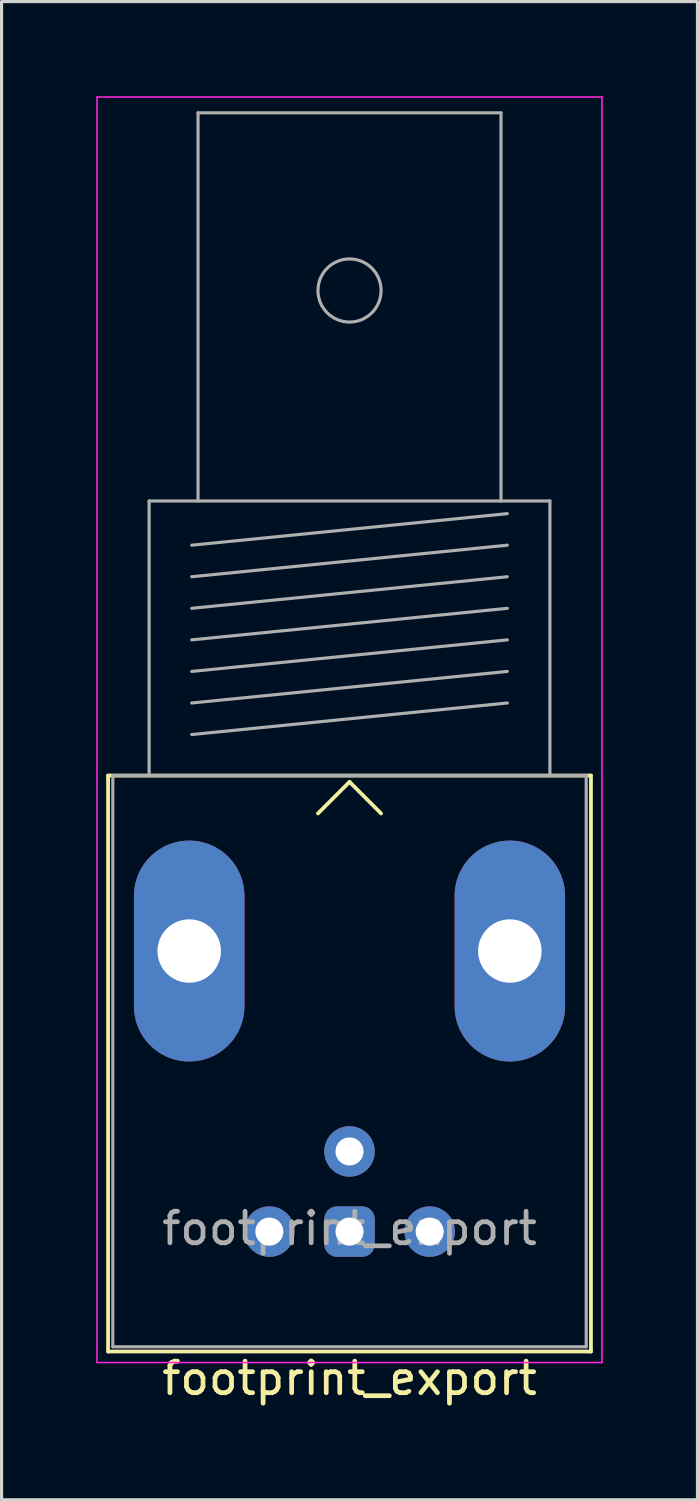
<source format=kicad_pcb>
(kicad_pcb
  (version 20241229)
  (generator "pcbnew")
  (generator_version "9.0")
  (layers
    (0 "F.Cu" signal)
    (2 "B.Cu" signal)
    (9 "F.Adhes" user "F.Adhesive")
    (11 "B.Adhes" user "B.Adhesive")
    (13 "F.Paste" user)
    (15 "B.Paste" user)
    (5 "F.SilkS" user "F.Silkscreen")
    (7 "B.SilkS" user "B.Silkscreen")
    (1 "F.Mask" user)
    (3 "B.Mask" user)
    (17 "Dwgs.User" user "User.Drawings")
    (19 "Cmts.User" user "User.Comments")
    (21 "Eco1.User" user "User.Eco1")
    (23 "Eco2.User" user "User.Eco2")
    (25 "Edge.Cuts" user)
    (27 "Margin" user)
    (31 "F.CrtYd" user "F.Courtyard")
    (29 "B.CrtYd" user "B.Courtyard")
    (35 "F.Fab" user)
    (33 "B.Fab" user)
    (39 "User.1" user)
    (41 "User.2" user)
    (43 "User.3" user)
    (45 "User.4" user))
  (footprint "footprint_export"
    (layer "F.Cu")
    (at 8.025 35.975)
    (property "Reference" "footprint_export" (at 0 4.65 0) (layer "F.SilkS") (effects (font (size 1 1) (thickness 0.15))))
    (attr through_hole)
    (fp_line (start -7.65 -14.45) (end 7.65 -14.45) (stroke (width 0.12) (type solid)) (layer "F.SilkS"))
    (fp_line (start -7.65 3.8) (end -7.65 -14.45) (stroke (width 0.12) (type solid)) (layer "F.SilkS"))
    (fp_line (start 0 -14.25) (end -1 -13.25) (stroke (width 0.12) (type solid)) (layer "F.SilkS"))
    (fp_line (start 0 -14.25) (end 1 -13.25) (stroke (width 0.12) (type solid)) (layer "F.SilkS"))
    (fp_line (start 7.65 -14.45) (end 7.65 3.8) (stroke (width 0.12) (type solid)) (layer "F.SilkS"))
    (fp_line (start 7.65 3.8) (end -7.65 3.8) (stroke (width 0.12) (type solid)) (layer "F.SilkS"))
    (fp_line (start -8 4.15) (end -8 -35.95) (stroke (width 0.05) (type solid)) (layer "F.CrtYd"))
    (fp_line (start -8 4.15) (end 8 4.15) (stroke (width 0.05) (type solid)) (layer "F.CrtYd"))
    (fp_line (start 8 -35.95) (end -8 -35.95) (stroke (width 0.05) (type solid)) (layer "F.CrtYd"))
    (fp_line (start 8 4.15) (end 8 -35.95) (stroke (width 0.05) (type solid)) (layer "F.CrtYd"))
    (fp_line (start -7.5 -14.45) (end -7.5 3.65) (stroke (width 0.1) (type solid)) (layer "F.Fab"))
    (fp_line (start -7.5 3.65) (end 7.5 3.65) (stroke (width 0.1) (type solid)) (layer "F.Fab"))
    (fp_line (start -6.35 -23.15) (end -6.35 -14.45) (stroke (width 0.1) (type solid)) (layer "F.Fab"))
    (fp_line (start -5 -21.75) (end 5 -22.75) (stroke (width 0.1) (type solid)) (layer "F.Fab"))
    (fp_line (start -5 -20.75) (end 5 -21.75) (stroke (width 0.1) (type solid)) (layer "F.Fab"))
    (fp_line (start -5 -19.75) (end 5 -20.75) (stroke (width 0.1) (type solid)) (layer "F.Fab"))
    (fp_line (start -5 -18.75) (end 5 -19.75) (stroke (width 0.1) (type solid)) (layer "F.Fab"))
    (fp_line (start -5 -17.75) (end 5 -18.75) (stroke (width 0.1) (type solid)) (layer "F.Fab"))
    (fp_line (start -5 -16.75) (end 5 -17.75) (stroke (width 0.1) (type solid)) (layer "F.Fab"))
    (fp_line (start -5 -15.75) (end 5 -16.75) (stroke (width 0.1) (type solid)) (layer "F.Fab"))
    (fp_line (start -4.8 -35.45) (end -4.8 -23.15) (stroke (width 0.1) (type solid)) (layer "F.Fab"))
    (fp_line (start 4.8 -35.45) (end -4.8 -35.45) (stroke (width 0.1) (type solid)) (layer "F.Fab"))
    (fp_line (start 4.8 -23.15) (end 4.8 -35.45) (stroke (width 0.1) (type solid)) (layer "F.Fab"))
    (fp_line (start 6.35 -23.15) (end -6.35 -23.15) (stroke (width 0.1) (type solid)) (layer "F.Fab"))
    (fp_line (start 6.35 -14.45) (end 6.35 -23.15) (stroke (width 0.1) (type solid)) (layer "F.Fab"))
    (fp_line (start 7.5 -14.45) (end -7.5 -14.45) (stroke (width 0.1) (type solid)) (layer "F.Fab"))
    (fp_line (start 7.5 3.65) (end 7.5 -14.45) (stroke (width 0.1) (type solid)) (layer "F.Fab"))
    (fp_circle (center 0 -29.82) (end 1 -29.82) (stroke (width 0.1) (type solid)) (fill no) (layer "F.Fab"))
    (fp_text user "${REFERENCE}" (at 0 -0.1 0) (layer "F.Fab") (effects (font (size 1 1) (thickness 0.15))))
    (pad "1" thru_hole roundrect (at 0 0) (size 1.6 1.6) (drill 0.89) (layers "*.Cu" "*.Mask") (roundrect_rratio 0.25))
    (pad "2" thru_hole circle (at 0 -2.54) (size 1.6 1.6) (drill 0.89) (layers "*.Cu" "*.Mask"))
    (pad "3" thru_hole oval (at -5.08 -8.89) (size 3.5 7) (drill 2.01) (layers "*.Cu" "*.Mask"))
    (pad "3" thru_hole circle (at -2.54 0) (size 1.6 1.6) (drill 0.89) (layers "*.Cu" "*.Mask"))
    (pad "3" thru_hole circle (at 2.54 0) (size 1.6 1.6) (drill 0.89) (layers "*.Cu" "*.Mask"))
    (pad "3" thru_hole oval (at 5.08 -8.89) (size 3.5 7) (drill 2.01) (layers "*.Cu" "*.Mask")))
  (gr_rect
    (start -3 -3)
    (end 19.05 44.473)
    (stroke (width 0.1) (type default))
    (fill no)
    (layer "Edge.Cuts")))
</source>
